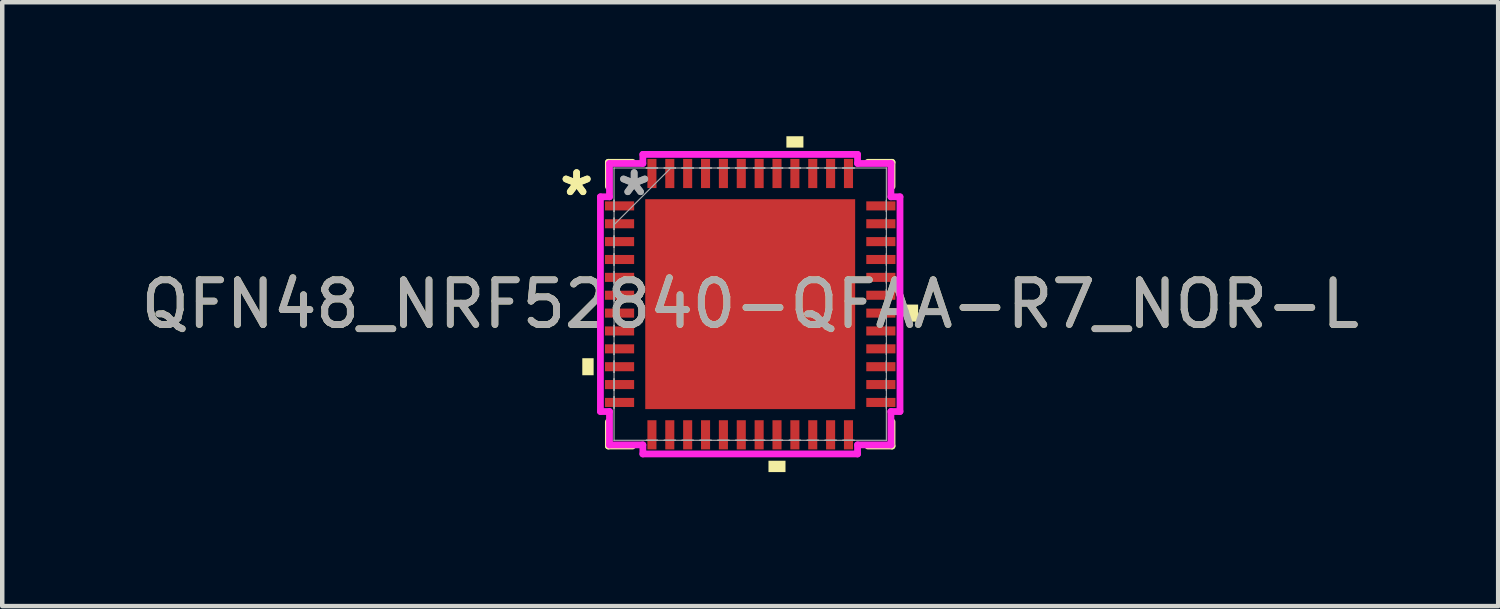
<source format=kicad_pcb>
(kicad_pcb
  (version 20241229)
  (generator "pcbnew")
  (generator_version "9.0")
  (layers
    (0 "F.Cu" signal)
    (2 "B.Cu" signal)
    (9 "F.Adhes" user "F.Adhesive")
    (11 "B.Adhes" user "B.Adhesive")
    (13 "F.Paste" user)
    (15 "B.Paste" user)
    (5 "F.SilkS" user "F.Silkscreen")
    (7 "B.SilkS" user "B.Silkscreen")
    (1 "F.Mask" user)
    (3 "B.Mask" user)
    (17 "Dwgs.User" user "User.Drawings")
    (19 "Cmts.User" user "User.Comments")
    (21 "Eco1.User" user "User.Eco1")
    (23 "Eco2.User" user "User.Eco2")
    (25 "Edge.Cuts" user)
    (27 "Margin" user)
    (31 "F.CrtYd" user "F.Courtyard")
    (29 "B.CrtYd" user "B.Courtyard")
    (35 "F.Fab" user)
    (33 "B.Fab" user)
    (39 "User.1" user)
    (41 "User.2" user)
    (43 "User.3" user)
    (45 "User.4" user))
  (footprint "QFN48_NRF52840-QFAA-R7_NOR-L"
    (layer "F.Cu")
    (at 13.744 3.759)
    (property "Reference" "QFN48_NRF52840-QFAA-R7_NOR-L" (at 0 0 0) (unlocked yes) (layer "F.SilkS") (effects (font (size 1 1) (thickness 0.15))))
    (attr smd)
    (fp_line (start -3.175 -3.175) (end -3.175 -2.634) (stroke (width 0.152) (type solid)) (layer "F.SilkS"))
    (fp_line (start -3.175 2.634) (end -3.175 3.175) (stroke (width 0.152) (type solid)) (layer "F.SilkS"))
    (fp_line (start -3.175 3.175) (end -2.634 3.175) (stroke (width 0.152) (type solid)) (layer "F.SilkS"))
    (fp_line (start -2.634 -3.175) (end -3.175 -3.175) (stroke (width 0.152) (type solid)) (layer "F.SilkS"))
    (fp_line (start 2.634 3.175) (end 3.175 3.175) (stroke (width 0.152) (type solid)) (layer "F.SilkS"))
    (fp_line (start 3.175 -3.175) (end 2.634 -3.175) (stroke (width 0.152) (type solid)) (layer "F.SilkS"))
    (fp_line (start 3.175 -2.634) (end 3.175 -3.175) (stroke (width 0.152) (type solid)) (layer "F.SilkS"))
    (fp_line (start 3.175 3.175) (end 3.175 2.634) (stroke (width 0.152) (type solid)) (layer "F.SilkS"))
    (fp_poly (pts (xy -3.759 1.21) (xy -3.759 1.591) (xy -3.505 1.591) (xy -3.505 1.21)) (stroke (width 0) (type solid)) (fill yes) (layer "F.SilkS"))
    (fp_poly (pts (xy 0.409 3.505) (xy 0.409 3.759) (xy 0.79 3.759) (xy 0.79 3.505)) (stroke (width 0) (type solid)) (fill yes) (layer "F.SilkS"))
    (fp_poly (pts (xy 0.81 -3.505) (xy 0.81 -3.759) (xy 1.191 -3.759) (xy 1.191 -3.505)) (stroke (width 0) (type solid)) (fill yes) (layer "F.SilkS"))
    (fp_poly (pts (xy 3.759 0.009) (xy 3.759 0.391) (xy 3.505 0.391) (xy 3.505 0.009)) (stroke (width 0) (type solid)) (fill yes) (layer "F.SilkS"))
    (fp_poly (pts (xy -2.249 -2.249) (xy -2.249 -0.883) (xy -0.883 -0.883) (xy -0.883 -2.249)) (stroke (width 0) (type solid)) (fill yes) (layer "F.Paste"))
    (fp_poly (pts (xy -2.249 -0.683) (xy -2.249 0.683) (xy -0.883 0.683) (xy -0.883 -0.683)) (stroke (width 0) (type solid)) (fill yes) (layer "F.Paste"))
    (fp_poly (pts (xy -2.249 0.883) (xy -2.249 2.249) (xy -0.883 2.249) (xy -0.883 0.883)) (stroke (width 0) (type solid)) (fill yes) (layer "F.Paste"))
    (fp_poly (pts (xy -0.683 -2.249) (xy -0.683 -0.883) (xy 0.683 -0.883) (xy 0.683 -2.249)) (stroke (width 0) (type solid)) (fill yes) (layer "F.Paste"))
    (fp_poly (pts (xy -0.683 -0.683) (xy -0.683 0.683) (xy 0.683 0.683) (xy 0.683 -0.683)) (stroke (width 0) (type solid)) (fill yes) (layer "F.Paste"))
    (fp_poly (pts (xy -0.683 0.883) (xy -0.683 2.249) (xy 0.683 2.249) (xy 0.683 0.883)) (stroke (width 0) (type solid)) (fill yes) (layer "F.Paste"))
    (fp_poly (pts (xy 0.883 -2.249) (xy 0.883 -0.883) (xy 2.249 -0.883) (xy 2.249 -2.249)) (stroke (width 0) (type solid)) (fill yes) (layer "F.Paste"))
    (fp_poly (pts (xy 0.883 -0.683) (xy 0.883 0.683) (xy 2.249 0.683) (xy 2.249 -0.683)) (stroke (width 0) (type solid)) (fill yes) (layer "F.Paste"))
    (fp_poly (pts (xy 0.883 0.883) (xy 0.883 2.249) (xy 2.249 2.249) (xy 2.249 0.883)) (stroke (width 0) (type solid)) (fill yes) (layer "F.Paste"))
    (fp_line (start -3.353 -2.403) (end -3.15 -2.403) (stroke (width 0.152) (type solid)) (layer "F.CrtYd"))
    (fp_line (start -3.353 2.403) (end -3.353 -2.403) (stroke (width 0.152) (type solid)) (layer "F.CrtYd"))
    (fp_line (start -3.15 -3.15) (end -2.403 -3.15) (stroke (width 0.152) (type solid)) (layer "F.CrtYd"))
    (fp_line (start -3.15 -2.403) (end -3.15 -3.15) (stroke (width 0.152) (type solid)) (layer "F.CrtYd"))
    (fp_line (start -3.15 2.403) (end -3.353 2.403) (stroke (width 0.152) (type solid)) (layer "F.CrtYd"))
    (fp_line (start -3.15 3.15) (end -3.15 2.403) (stroke (width 0.152) (type solid)) (layer "F.CrtYd"))
    (fp_line (start -2.403 -3.353) (end 2.403 -3.353) (stroke (width 0.152) (type solid)) (layer "F.CrtYd"))
    (fp_line (start -2.403 -3.15) (end -2.403 -3.353) (stroke (width 0.152) (type solid)) (layer "F.CrtYd"))
    (fp_line (start -2.403 3.15) (end -3.15 3.15) (stroke (width 0.152) (type solid)) (layer "F.CrtYd"))
    (fp_line (start -2.403 3.353) (end -2.403 3.15) (stroke (width 0.152) (type solid)) (layer "F.CrtYd"))
    (fp_line (start 2.403 -3.353) (end 2.403 -3.15) (stroke (width 0.152) (type solid)) (layer "F.CrtYd"))
    (fp_line (start 2.403 -3.15) (end 3.15 -3.15) (stroke (width 0.152) (type solid)) (layer "F.CrtYd"))
    (fp_line (start 2.403 3.15) (end 2.403 3.353) (stroke (width 0.152) (type solid)) (layer "F.CrtYd"))
    (fp_line (start 2.403 3.353) (end -2.403 3.353) (stroke (width 0.152) (type solid)) (layer "F.CrtYd"))
    (fp_line (start 3.15 -3.15) (end 3.15 -2.403) (stroke (width 0.152) (type solid)) (layer "F.CrtYd"))
    (fp_line (start 3.15 -2.403) (end 3.353 -2.403) (stroke (width 0.152) (type solid)) (layer "F.CrtYd"))
    (fp_line (start 3.15 2.403) (end 3.15 3.15) (stroke (width 0.152) (type solid)) (layer "F.CrtYd"))
    (fp_line (start 3.15 3.15) (end 2.403 3.15) (stroke (width 0.152) (type solid)) (layer "F.CrtYd"))
    (fp_line (start 3.353 -2.403) (end 3.353 2.403) (stroke (width 0.152) (type solid)) (layer "F.CrtYd"))
    (fp_line (start 3.353 2.403) (end 3.15 2.403) (stroke (width 0.152) (type solid)) (layer "F.CrtYd"))
    (fp_line (start -3.048 -3.048) (end -3.048 -3.048) (stroke (width 0.025) (type solid)) (layer "F.Fab"))
    (fp_line (start -3.048 -3.048) (end -3.048 3.048) (stroke (width 0.025) (type solid)) (layer "F.Fab"))
    (fp_line (start -3.048 -2.327) (end -3.048 -2.327) (stroke (width 0.025) (type solid)) (layer "F.Fab"))
    (fp_line (start -3.048 -2.327) (end -3.048 -2.073) (stroke (width 0.025) (type solid)) (layer "F.Fab"))
    (fp_line (start -3.048 -2.073) (end -3.048 -2.327) (stroke (width 0.025) (type solid)) (layer "F.Fab"))
    (fp_line (start -3.048 -2.073) (end -3.048 -2.073) (stroke (width 0.025) (type solid)) (layer "F.Fab"))
    (fp_line (start -3.048 -1.927) (end -3.048 -1.927) (stroke (width 0.025) (type solid)) (layer "F.Fab"))
    (fp_line (start -3.048 -1.927) (end -3.048 -1.673) (stroke (width 0.025) (type solid)) (layer "F.Fab"))
    (fp_line (start -3.048 -1.778) (end -1.778 -3.048) (stroke (width 0.025) (type solid)) (layer "F.Fab"))
    (fp_line (start -3.048 -1.673) (end -3.048 -1.927) (stroke (width 0.025) (type solid)) (layer "F.Fab"))
    (fp_line (start -3.048 -1.673) (end -3.048 -1.673) (stroke (width 0.025) (type solid)) (layer "F.Fab"))
    (fp_line (start -3.048 -1.527) (end -3.048 -1.527) (stroke (width 0.025) (type solid)) (layer "F.Fab"))
    (fp_line (start -3.048 -1.527) (end -3.048 -1.273) (stroke (width 0.025) (type solid)) (layer "F.Fab"))
    (fp_line (start -3.048 -1.273) (end -3.048 -1.527) (stroke (width 0.025) (type solid)) (layer "F.Fab"))
    (fp_line (start -3.048 -1.273) (end -3.048 -1.273) (stroke (width 0.025) (type solid)) (layer "F.Fab"))
    (fp_line (start -3.048 -1.127) (end -3.048 -1.127) (stroke (width 0.025) (type solid)) (layer "F.Fab"))
    (fp_line (start -3.048 -1.127) (end -3.048 -0.873) (stroke (width 0.025) (type solid)) (layer "F.Fab"))
    (fp_line (start -3.048 -0.873) (end -3.048 -1.127) (stroke (width 0.025) (type solid)) (layer "F.Fab"))
    (fp_line (start -3.048 -0.873) (end -3.048 -0.873) (stroke (width 0.025) (type solid)) (layer "F.Fab"))
    (fp_line (start -3.048 -0.727) (end -3.048 -0.727) (stroke (width 0.025) (type solid)) (layer "F.Fab"))
    (fp_line (start -3.048 -0.727) (end -3.048 -0.473) (stroke (width 0.025) (type solid)) (layer "F.Fab"))
    (fp_line (start -3.048 -0.473) (end -3.048 -0.727) (stroke (width 0.025) (type solid)) (layer "F.Fab"))
    (fp_line (start -3.048 -0.473) (end -3.048 -0.473) (stroke (width 0.025) (type solid)) (layer "F.Fab"))
    (fp_line (start -3.048 -0.327) (end -3.048 -0.327) (stroke (width 0.025) (type solid)) (layer "F.Fab"))
    (fp_line (start -3.048 -0.327) (end -3.048 -0.073) (stroke (width 0.025) (type solid)) (layer "F.Fab"))
    (fp_line (start -3.048 -0.073) (end -3.048 -0.327) (stroke (width 0.025) (type solid)) (layer "F.Fab"))
    (fp_line (start -3.048 -0.073) (end -3.048 -0.073) (stroke (width 0.025) (type solid)) (layer "F.Fab"))
    (fp_line (start -3.048 0.073) (end -3.048 0.073) (stroke (width 0.025) (type solid)) (layer "F.Fab"))
    (fp_line (start -3.048 0.073) (end -3.048 0.327) (stroke (width 0.025) (type solid)) (layer "F.Fab"))
    (fp_line (start -3.048 0.327) (end -3.048 0.073) (stroke (width 0.025) (type solid)) (layer "F.Fab"))
    (fp_line (start -3.048 0.327) (end -3.048 0.327) (stroke (width 0.025) (type solid)) (layer "F.Fab"))
    (fp_line (start -3.048 0.473) (end -3.048 0.473) (stroke (width 0.025) (type solid)) (layer "F.Fab"))
    (fp_line (start -3.048 0.473) (end -3.048 0.727) (stroke (width 0.025) (type solid)) (layer "F.Fab"))
    (fp_line (start -3.048 0.727) (end -3.048 0.473) (stroke (width 0.025) (type solid)) (layer "F.Fab"))
    (fp_line (start -3.048 0.727) (end -3.048 0.727) (stroke (width 0.025) (type solid)) (layer "F.Fab"))
    (fp_line (start -3.048 0.873) (end -3.048 0.873) (stroke (width 0.025) (type solid)) (layer "F.Fab"))
    (fp_line (start -3.048 0.873) (end -3.048 1.127) (stroke (width 0.025) (type solid)) (layer "F.Fab"))
    (fp_line (start -3.048 1.127) (end -3.048 0.873) (stroke (width 0.025) (type solid)) (layer "F.Fab"))
    (fp_line (start -3.048 1.127) (end -3.048 1.127) (stroke (width 0.025) (type solid)) (layer "F.Fab"))
    (fp_line (start -3.048 1.273) (end -3.048 1.273) (stroke (width 0.025) (type solid)) (layer "F.Fab"))
    (fp_line (start -3.048 1.273) (end -3.048 1.527) (stroke (width 0.025) (type solid)) (layer "F.Fab"))
    (fp_line (start -3.048 1.527) (end -3.048 1.273) (stroke (width 0.025) (type solid)) (layer "F.Fab"))
    (fp_line (start -3.048 1.527) (end -3.048 1.527) (stroke (width 0.025) (type solid)) (layer "F.Fab"))
    (fp_line (start -3.048 1.673) (end -3.048 1.673) (stroke (width 0.025) (type solid)) (layer "F.Fab"))
    (fp_line (start -3.048 1.673) (end -3.048 1.927) (stroke (width 0.025) (type solid)) (layer "F.Fab"))
    (fp_line (start -3.048 1.927) (end -3.048 1.673) (stroke (width 0.025) (type solid)) (layer "F.Fab"))
    (fp_line (start -3.048 1.927) (end -3.048 1.927) (stroke (width 0.025) (type solid)) (layer "F.Fab"))
    (fp_line (start -3.048 2.073) (end -3.048 2.073) (stroke (width 0.025) (type solid)) (layer "F.Fab"))
    (fp_line (start -3.048 2.073) (end -3.048 2.327) (stroke (width 0.025) (type solid)) (layer "F.Fab"))
    (fp_line (start -3.048 2.327) (end -3.048 2.073) (stroke (width 0.025) (type solid)) (layer "F.Fab"))
    (fp_line (start -3.048 2.327) (end -3.048 2.327) (stroke (width 0.025) (type solid)) (layer "F.Fab"))
    (fp_line (start -3.048 3.048) (end -3.048 3.048) (stroke (width 0.025) (type solid)) (layer "F.Fab"))
    (fp_line (start -3.048 3.048) (end 3.048 3.048) (stroke (width 0.025) (type solid)) (layer "F.Fab"))
    (fp_line (start -2.327 -3.048) (end -2.327 -3.048) (stroke (width 0.025) (type solid)) (layer "F.Fab"))
    (fp_line (start -2.327 -3.048) (end -2.073 -3.048) (stroke (width 0.025) (type solid)) (layer "F.Fab"))
    (fp_line (start -2.327 3.048) (end -2.327 3.048) (stroke (width 0.025) (type solid)) (layer "F.Fab"))
    (fp_line (start -2.327 3.048) (end -2.073 3.048) (stroke (width 0.025) (type solid)) (layer "F.Fab"))
    (fp_line (start -2.073 -3.048) (end -2.327 -3.048) (stroke (width 0.025) (type solid)) (layer "F.Fab"))
    (fp_line (start -2.073 -3.048) (end -2.073 -3.048) (stroke (width 0.025) (type solid)) (layer "F.Fab"))
    (fp_line (start -2.073 3.048) (end -2.327 3.048) (stroke (width 0.025) (type solid)) (layer "F.Fab"))
    (fp_line (start -2.073 3.048) (end -2.073 3.048) (stroke (width 0.025) (type solid)) (layer "F.Fab"))
    (fp_line (start -1.927 -3.048) (end -1.927 -3.048) (stroke (width 0.025) (type solid)) (layer "F.Fab"))
    (fp_line (start -1.927 -3.048) (end -1.673 -3.048) (stroke (width 0.025) (type solid)) (layer "F.Fab"))
    (fp_line (start -1.927 3.048) (end -1.927 3.048) (stroke (width 0.025) (type solid)) (layer "F.Fab"))
    (fp_line (start -1.927 3.048) (end -1.673 3.048) (stroke (width 0.025) (type solid)) (layer "F.Fab"))
    (fp_line (start -1.673 -3.048) (end -1.927 -3.048) (stroke (width 0.025) (type solid)) (layer "F.Fab"))
    (fp_line (start -1.673 -3.048) (end -1.673 -3.048) (stroke (width 0.025) (type solid)) (layer "F.Fab"))
    (fp_line (start -1.673 3.048) (end -1.927 3.048) (stroke (width 0.025) (type solid)) (layer "F.Fab"))
    (fp_line (start -1.673 3.048) (end -1.673 3.048) (stroke (width 0.025) (type solid)) (layer "F.Fab"))
    (fp_line (start -1.527 -3.048) (end -1.527 -3.048) (stroke (width 0.025) (type solid)) (layer "F.Fab"))
    (fp_line (start -1.527 -3.048) (end -1.273 -3.048) (stroke (width 0.025) (type solid)) (layer "F.Fab"))
    (fp_line (start -1.527 3.048) (end -1.527 3.048) (stroke (width 0.025) (type solid)) (layer "F.Fab"))
    (fp_line (start -1.527 3.048) (end -1.273 3.048) (stroke (width 0.025) (type solid)) (layer "F.Fab"))
    (fp_line (start -1.273 -3.048) (end -1.527 -3.048) (stroke (width 0.025) (type solid)) (layer "F.Fab"))
    (fp_line (start -1.273 -3.048) (end -1.273 -3.048) (stroke (width 0.025) (type solid)) (layer "F.Fab"))
    (fp_line (start -1.273 3.048) (end -1.527 3.048) (stroke (width 0.025) (type solid)) (layer "F.Fab"))
    (fp_line (start -1.273 3.048) (end -1.273 3.048) (stroke (width 0.025) (type solid)) (layer "F.Fab"))
    (fp_line (start -1.127 -3.048) (end -1.127 -3.048) (stroke (width 0.025) (type solid)) (layer "F.Fab"))
    (fp_line (start -1.127 -3.048) (end -0.873 -3.048) (stroke (width 0.025) (type solid)) (layer "F.Fab"))
    (fp_line (start -1.127 3.048) (end -1.127 3.048) (stroke (width 0.025) (type solid)) (layer "F.Fab"))
    (fp_line (start -1.127 3.048) (end -0.873 3.048) (stroke (width 0.025) (type solid)) (layer "F.Fab"))
    (fp_line (start -0.873 -3.048) (end -1.127 -3.048) (stroke (width 0.025) (type solid)) (layer "F.Fab"))
    (fp_line (start -0.873 -3.048) (end -0.873 -3.048) (stroke (width 0.025) (type solid)) (layer "F.Fab"))
    (fp_line (start -0.873 3.048) (end -1.127 3.048) (stroke (width 0.025) (type solid)) (layer "F.Fab"))
    (fp_line (start -0.873 3.048) (end -0.873 3.048) (stroke (width 0.025) (type solid)) (layer "F.Fab"))
    (fp_line (start -0.727 -3.048) (end -0.727 -3.048) (stroke (width 0.025) (type solid)) (layer "F.Fab"))
    (fp_line (start -0.727 -3.048) (end -0.473 -3.048) (stroke (width 0.025) (type solid)) (layer "F.Fab"))
    (fp_line (start -0.727 3.048) (end -0.727 3.048) (stroke (width 0.025) (type solid)) (layer "F.Fab"))
    (fp_line (start -0.727 3.048) (end -0.473 3.048) (stroke (width 0.025) (type solid)) (layer "F.Fab"))
    (fp_line (start -0.473 -3.048) (end -0.727 -3.048) (stroke (width 0.025) (type solid)) (layer "F.Fab"))
    (fp_line (start -0.473 -3.048) (end -0.473 -3.048) (stroke (width 0.025) (type solid)) (layer "F.Fab"))
    (fp_line (start -0.473 3.048) (end -0.727 3.048) (stroke (width 0.025) (type solid)) (layer "F.Fab"))
    (fp_line (start -0.473 3.048) (end -0.473 3.048) (stroke (width 0.025) (type solid)) (layer "F.Fab"))
    (fp_line (start -0.327 -3.048) (end -0.327 -3.048) (stroke (width 0.025) (type solid)) (layer "F.Fab"))
    (fp_line (start -0.327 -3.048) (end -0.073 -3.048) (stroke (width 0.025) (type solid)) (layer "F.Fab"))
    (fp_line (start -0.327 3.048) (end -0.327 3.048) (stroke (width 0.025) (type solid)) (layer "F.Fab"))
    (fp_line (start -0.327 3.048) (end -0.073 3.048) (stroke (width 0.025) (type solid)) (layer "F.Fab"))
    (fp_line (start -0.073 -3.048) (end -0.327 -3.048) (stroke (width 0.025) (type solid)) (layer "F.Fab"))
    (fp_line (start -0.073 -3.048) (end -0.073 -3.048) (stroke (width 0.025) (type solid)) (layer "F.Fab"))
    (fp_line (start -0.073 3.048) (end -0.327 3.048) (stroke (width 0.025) (type solid)) (layer "F.Fab"))
    (fp_line (start -0.073 3.048) (end -0.073 3.048) (stroke (width 0.025) (type solid)) (layer "F.Fab"))
    (fp_line (start 0.073 -3.048) (end 0.073 -3.048) (stroke (width 0.025) (type solid)) (layer "F.Fab"))
    (fp_line (start 0.073 -3.048) (end 0.327 -3.048) (stroke (width 0.025) (type solid)) (layer "F.Fab"))
    (fp_line (start 0.073 3.048) (end 0.073 3.048) (stroke (width 0.025) (type solid)) (layer "F.Fab"))
    (fp_line (start 0.073 3.048) (end 0.327 3.048) (stroke (width 0.025) (type solid)) (layer "F.Fab"))
    (fp_line (start 0.327 -3.048) (end 0.073 -3.048) (stroke (width 0.025) (type solid)) (layer "F.Fab"))
    (fp_line (start 0.327 -3.048) (end 0.327 -3.048) (stroke (width 0.025) (type solid)) (layer "F.Fab"))
    (fp_line (start 0.327 3.048) (end 0.073 3.048) (stroke (width 0.025) (type solid)) (layer "F.Fab"))
    (fp_line (start 0.327 3.048) (end 0.327 3.048) (stroke (width 0.025) (type solid)) (layer "F.Fab"))
    (fp_line (start 0.473 -3.048) (end 0.473 -3.048) (stroke (width 0.025) (type solid)) (layer "F.Fab"))
    (fp_line (start 0.473 -3.048) (end 0.727 -3.048) (stroke (width 0.025) (type solid)) (layer "F.Fab"))
    (fp_line (start 0.473 3.048) (end 0.473 3.048) (stroke (width 0.025) (type solid)) (layer "F.Fab"))
    (fp_line (start 0.473 3.048) (end 0.727 3.048) (stroke (width 0.025) (type solid)) (layer "F.Fab"))
    (fp_line (start 0.727 -3.048) (end 0.473 -3.048) (stroke (width 0.025) (type solid)) (layer "F.Fab"))
    (fp_line (start 0.727 -3.048) (end 0.727 -3.048) (stroke (width 0.025) (type solid)) (layer "F.Fab"))
    (fp_line (start 0.727 3.048) (end 0.473 3.048) (stroke (width 0.025) (type solid)) (layer "F.Fab"))
    (fp_line (start 0.727 3.048) (end 0.727 3.048) (stroke (width 0.025) (type solid)) (layer "F.Fab"))
    (fp_line (start 0.873 -3.048) (end 0.873 -3.048) (stroke (width 0.025) (type solid)) (layer "F.Fab"))
    (fp_line (start 0.873 -3.048) (end 1.127 -3.048) (stroke (width 0.025) (type solid)) (layer "F.Fab"))
    (fp_line (start 0.873 3.048) (end 0.873 3.048) (stroke (width 0.025) (type solid)) (layer "F.Fab"))
    (fp_line (start 0.873 3.048) (end 1.127 3.048) (stroke (width 0.025) (type solid)) (layer "F.Fab"))
    (fp_line (start 1.127 -3.048) (end 0.873 -3.048) (stroke (width 0.025) (type solid)) (layer "F.Fab"))
    (fp_line (start 1.127 -3.048) (end 1.127 -3.048) (stroke (width 0.025) (type solid)) (layer "F.Fab"))
    (fp_line (start 1.127 3.048) (end 0.873 3.048) (stroke (width 0.025) (type solid)) (layer "F.Fab"))
    (fp_line (start 1.127 3.048) (end 1.127 3.048) (stroke (width 0.025) (type solid)) (layer "F.Fab"))
    (fp_line (start 1.273 -3.048) (end 1.273 -3.048) (stroke (width 0.025) (type solid)) (layer "F.Fab"))
    (fp_line (start 1.273 -3.048) (end 1.527 -3.048) (stroke (width 0.025) (type solid)) (layer "F.Fab"))
    (fp_line (start 1.273 3.048) (end 1.273 3.048) (stroke (width 0.025) (type solid)) (layer "F.Fab"))
    (fp_line (start 1.273 3.048) (end 1.527 3.048) (stroke (width 0.025) (type solid)) (layer "F.Fab"))
    (fp_line (start 1.527 -3.048) (end 1.273 -3.048) (stroke (width 0.025) (type solid)) (layer "F.Fab"))
    (fp_line (start 1.527 -3.048) (end 1.527 -3.048) (stroke (width 0.025) (type solid)) (layer "F.Fab"))
    (fp_line (start 1.527 3.048) (end 1.273 3.048) (stroke (width 0.025) (type solid)) (layer "F.Fab"))
    (fp_line (start 1.527 3.048) (end 1.527 3.048) (stroke (width 0.025) (type solid)) (layer "F.Fab"))
    (fp_line (start 1.673 -3.048) (end 1.673 -3.048) (stroke (width 0.025) (type solid)) (layer "F.Fab"))
    (fp_line (start 1.673 -3.048) (end 1.927 -3.048) (stroke (width 0.025) (type solid)) (layer "F.Fab"))
    (fp_line (start 1.673 3.048) (end 1.673 3.048) (stroke (width 0.025) (type solid)) (layer "F.Fab"))
    (fp_line (start 1.673 3.048) (end 1.927 3.048) (stroke (width 0.025) (type solid)) (layer "F.Fab"))
    (fp_line (start 1.927 -3.048) (end 1.673 -3.048) (stroke (width 0.025) (type solid)) (layer "F.Fab"))
    (fp_line (start 1.927 -3.048) (end 1.927 -3.048) (stroke (width 0.025) (type solid)) (layer "F.Fab"))
    (fp_line (start 1.927 3.048) (end 1.673 3.048) (stroke (width 0.025) (type solid)) (layer "F.Fab"))
    (fp_line (start 1.927 3.048) (end 1.927 3.048) (stroke (width 0.025) (type solid)) (layer "F.Fab"))
    (fp_line (start 2.073 -3.048) (end 2.073 -3.048) (stroke (width 0.025) (type solid)) (layer "F.Fab"))
    (fp_line (start 2.073 -3.048) (end 2.327 -3.048) (stroke (width 0.025) (type solid)) (layer "F.Fab"))
    (fp_line (start 2.073 3.048) (end 2.073 3.048) (stroke (width 0.025) (type solid)) (layer "F.Fab"))
    (fp_line (start 2.073 3.048) (end 2.327 3.048) (stroke (width 0.025) (type solid)) (layer "F.Fab"))
    (fp_line (start 2.327 -3.048) (end 2.073 -3.048) (stroke (width 0.025) (type solid)) (layer "F.Fab"))
    (fp_line (start 2.327 -3.048) (end 2.327 -3.048) (stroke (width 0.025) (type solid)) (layer "F.Fab"))
    (fp_line (start 2.327 3.048) (end 2.073 3.048) (stroke (width 0.025) (type solid)) (layer "F.Fab"))
    (fp_line (start 2.327 3.048) (end 2.327 3.048) (stroke (width 0.025) (type solid)) (layer "F.Fab"))
    (fp_line (start 3.048 -3.048) (end -3.048 -3.048) (stroke (width 0.025) (type solid)) (layer "F.Fab"))
    (fp_line (start 3.048 -3.048) (end 3.048 -3.048) (stroke (width 0.025) (type solid)) (layer "F.Fab"))
    (fp_line (start 3.048 -2.327) (end 3.048 -2.327) (stroke (width 0.025) (type solid)) (layer "F.Fab"))
    (fp_line (start 3.048 -2.327) (end 3.048 -2.073) (stroke (width 0.025) (type solid)) (layer "F.Fab"))
    (fp_line (start 3.048 -2.073) (end 3.048 -2.327) (stroke (width 0.025) (type solid)) (layer "F.Fab"))
    (fp_line (start 3.048 -2.073) (end 3.048 -2.073) (stroke (width 0.025) (type solid)) (layer "F.Fab"))
    (fp_line (start 3.048 -1.927) (end 3.048 -1.927) (stroke (width 0.025) (type solid)) (layer "F.Fab"))
    (fp_line (start 3.048 -1.927) (end 3.048 -1.673) (stroke (width 0.025) (type solid)) (layer "F.Fab"))
    (fp_line (start 3.048 -1.673) (end 3.048 -1.927) (stroke (width 0.025) (type solid)) (layer "F.Fab"))
    (fp_line (start 3.048 -1.673) (end 3.048 -1.673) (stroke (width 0.025) (type solid)) (layer "F.Fab"))
    (fp_line (start 3.048 -1.527) (end 3.048 -1.527) (stroke (width 0.025) (type solid)) (layer "F.Fab"))
    (fp_line (start 3.048 -1.527) (end 3.048 -1.273) (stroke (width 0.025) (type solid)) (layer "F.Fab"))
    (fp_line (start 3.048 -1.273) (end 3.048 -1.527) (stroke (width 0.025) (type solid)) (layer "F.Fab"))
    (fp_line (start 3.048 -1.273) (end 3.048 -1.273) (stroke (width 0.025) (type solid)) (layer "F.Fab"))
    (fp_line (start 3.048 -1.127) (end 3.048 -1.127) (stroke (width 0.025) (type solid)) (layer "F.Fab"))
    (fp_line (start 3.048 -1.127) (end 3.048 -0.873) (stroke (width 0.025) (type solid)) (layer "F.Fab"))
    (fp_line (start 3.048 -0.873) (end 3.048 -1.127) (stroke (width 0.025) (type solid)) (layer "F.Fab"))
    (fp_line (start 3.048 -0.873) (end 3.048 -0.873) (stroke (width 0.025) (type solid)) (layer "F.Fab"))
    (fp_line (start 3.048 -0.727) (end 3.048 -0.727) (stroke (width 0.025) (type solid)) (layer "F.Fab"))
    (fp_line (start 3.048 -0.727) (end 3.048 -0.473) (stroke (width 0.025) (type solid)) (layer "F.Fab"))
    (fp_line (start 3.048 -0.473) (end 3.048 -0.727) (stroke (width 0.025) (type solid)) (layer "F.Fab"))
    (fp_line (start 3.048 -0.473) (end 3.048 -0.473) (stroke (width 0.025) (type solid)) (layer "F.Fab"))
    (fp_line (start 3.048 -0.327) (end 3.048 -0.327) (stroke (width 0.025) (type solid)) (layer "F.Fab"))
    (fp_line (start 3.048 -0.327) (end 3.048 -0.073) (stroke (width 0.025) (type solid)) (layer "F.Fab"))
    (fp_line (start 3.048 -0.073) (end 3.048 -0.327) (stroke (width 0.025) (type solid)) (layer "F.Fab"))
    (fp_line (start 3.048 -0.073) (end 3.048 -0.073) (stroke (width 0.025) (type solid)) (layer "F.Fab"))
    (fp_line (start 3.048 0.073) (end 3.048 0.073) (stroke (width 0.025) (type solid)) (layer "F.Fab"))
    (fp_line (start 3.048 0.073) (end 3.048 0.327) (stroke (width 0.025) (type solid)) (layer "F.Fab"))
    (fp_line (start 3.048 0.327) (end 3.048 0.073) (stroke (width 0.025) (type solid)) (layer "F.Fab"))
    (fp_line (start 3.048 0.327) (end 3.048 0.327) (stroke (width 0.025) (type solid)) (layer "F.Fab"))
    (fp_line (start 3.048 0.473) (end 3.048 0.473) (stroke (width 0.025) (type solid)) (layer "F.Fab"))
    (fp_line (start 3.048 0.473) (end 3.048 0.727) (stroke (width 0.025) (type solid)) (layer "F.Fab"))
    (fp_line (start 3.048 0.727) (end 3.048 0.473) (stroke (width 0.025) (type solid)) (layer "F.Fab"))
    (fp_line (start 3.048 0.727) (end 3.048 0.727) (stroke (width 0.025) (type solid)) (layer "F.Fab"))
    (fp_line (start 3.048 0.873) (end 3.048 0.873) (stroke (width 0.025) (type solid)) (layer "F.Fab"))
    (fp_line (start 3.048 0.873) (end 3.048 1.127) (stroke (width 0.025) (type solid)) (layer "F.Fab"))
    (fp_line (start 3.048 1.127) (end 3.048 0.873) (stroke (width 0.025) (type solid)) (layer "F.Fab"))
    (fp_line (start 3.048 1.127) (end 3.048 1.127) (stroke (width 0.025) (type solid)) (layer "F.Fab"))
    (fp_line (start 3.048 1.273) (end 3.048 1.273) (stroke (width 0.025) (type solid)) (layer "F.Fab"))
    (fp_line (start 3.048 1.273) (end 3.048 1.527) (stroke (width 0.025) (type solid)) (layer "F.Fab"))
    (fp_line (start 3.048 1.527) (end 3.048 1.273) (stroke (width 0.025) (type solid)) (layer "F.Fab"))
    (fp_line (start 3.048 1.527) (end 3.048 1.527) (stroke (width 0.025) (type solid)) (layer "F.Fab"))
    (fp_line (start 3.048 1.673) (end 3.048 1.673) (stroke (width 0.025) (type solid)) (layer "F.Fab"))
    (fp_line (start 3.048 1.673) (end 3.048 1.927) (stroke (width 0.025) (type solid)) (layer "F.Fab"))
    (fp_line (start 3.048 1.927) (end 3.048 1.673) (stroke (width 0.025) (type solid)) (layer "F.Fab"))
    (fp_line (start 3.048 1.927) (end 3.048 1.927) (stroke (width 0.025) (type solid)) (layer "F.Fab"))
    (fp_line (start 3.048 2.073) (end 3.048 2.073) (stroke (width 0.025) (type solid)) (layer "F.Fab"))
    (fp_line (start 3.048 2.073) (end 3.048 2.327) (stroke (width 0.025) (type solid)) (layer "F.Fab"))
    (fp_line (start 3.048 2.327) (end 3.048 2.073) (stroke (width 0.025) (type solid)) (layer "F.Fab"))
    (fp_line (start 3.048 2.327) (end 3.048 2.327) (stroke (width 0.025) (type solid)) (layer "F.Fab"))
    (fp_line (start 3.048 3.048) (end 3.048 -3.048) (stroke (width 0.025) (type solid)) (layer "F.Fab"))
    (fp_line (start 3.048 3.048) (end 3.048 3.048) (stroke (width 0.025) (type solid)) (layer "F.Fab"))
    (fp_text user "*" (at -3.886 -2.4 0) (layer "F.SilkS") (effects (font (size 1 1) (thickness 0.15))))
    (fp_text user "*" (at -3.886 -2.4 0) (unlocked yes) (layer "F.SilkS") (effects (font (size 1 1) (thickness 0.15))))
    (fp_text user "${REFERENCE}" (at 0 0 0) (unlocked yes) (layer "F.Fab") (effects (font (size 1 1) (thickness 0.15))))
    (fp_text user "*" (at -2.598 -2.4 0) (unlocked yes) (layer "F.Fab") (effects (font (size 1 1) (thickness 0.15))))
    (fp_text user "*" (at -2.598 -2.4 0) (layer "F.Fab") (effects (font (size 1 1) (thickness 0.15))))
    (pad "1" smd rect (at -2.925 -2.2 90) (size 0.203 0.653) (layers "F.Cu" "F.Mask" "F.Paste"))
    (pad "2" smd rect (at -2.925 -1.8 90) (size 0.203 0.653) (layers "F.Cu" "F.Mask" "F.Paste"))
    (pad "3" smd rect (at -2.925 -1.4 90) (size 0.203 0.653) (layers "F.Cu" "F.Mask" "F.Paste"))
    (pad "4" smd rect (at -2.925 -1 90) (size 0.203 0.653) (layers "F.Cu" "F.Mask" "F.Paste"))
    (pad "5" smd rect (at -2.925 -0.6 90) (size 0.203 0.653) (layers "F.Cu" "F.Mask" "F.Paste"))
    (pad "6" smd rect (at -2.925 -0.2 90) (size 0.203 0.653) (layers "F.Cu" "F.Mask" "F.Paste"))
    (pad "7" smd rect (at -2.925 0.2 90) (size 0.203 0.653) (layers "F.Cu" "F.Mask" "F.Paste"))
    (pad "8" smd rect (at -2.925 0.6 90) (size 0.203 0.653) (layers "F.Cu" "F.Mask" "F.Paste"))
    (pad "9" smd rect (at -2.925 1 90) (size 0.203 0.653) (layers "F.Cu" "F.Mask" "F.Paste"))
    (pad "10" smd rect (at -2.925 1.4 90) (size 0.203 0.653) (layers "F.Cu" "F.Mask" "F.Paste"))
    (pad "11" smd rect (at -2.925 1.8 90) (size 0.203 0.653) (layers "F.Cu" "F.Mask" "F.Paste"))
    (pad "12" smd rect (at -2.925 2.2 90) (size 0.203 0.653) (layers "F.Cu" "F.Mask" "F.Paste"))
    (pad "13" smd rect (at -2.2 2.925) (size 0.203 0.653) (layers "F.Cu" "F.Mask" "F.Paste"))
    (pad "14" smd rect (at -1.8 2.925) (size 0.203 0.653) (layers "F.Cu" "F.Mask" "F.Paste"))
    (pad "15" smd rect (at -1.4 2.925) (size 0.203 0.653) (layers "F.Cu" "F.Mask" "F.Paste"))
    (pad "16" smd rect (at -1 2.925) (size 0.203 0.653) (layers "F.Cu" "F.Mask" "F.Paste"))
    (pad "17" smd rect (at -0.6 2.925) (size 0.203 0.653) (layers "F.Cu" "F.Mask" "F.Paste"))
    (pad "18" smd rect (at -0.2 2.925) (size 0.203 0.653) (layers "F.Cu" "F.Mask" "F.Paste"))
    (pad "19" smd rect (at 0.2 2.925) (size 0.203 0.653) (layers "F.Cu" "F.Mask" "F.Paste"))
    (pad "20" smd rect (at 0.6 2.925) (size 0.203 0.653) (layers "F.Cu" "F.Mask" "F.Paste"))
    (pad "21" smd rect (at 1 2.925) (size 0.203 0.653) (layers "F.Cu" "F.Mask" "F.Paste"))
    (pad "22" smd rect (at 1.4 2.925) (size 0.203 0.653) (layers "F.Cu" "F.Mask" "F.Paste"))
    (pad "23" smd rect (at 1.8 2.925) (size 0.203 0.653) (layers "F.Cu" "F.Mask" "F.Paste"))
    (pad "24" smd rect (at 2.2 2.925) (size 0.203 0.653) (layers "F.Cu" "F.Mask" "F.Paste"))
    (pad "25" smd rect (at 2.925 2.2 90) (size 0.203 0.653) (layers "F.Cu" "F.Mask" "F.Paste"))
    (pad "26" smd rect (at 2.925 1.8 90) (size 0.203 0.653) (layers "F.Cu" "F.Mask" "F.Paste"))
    (pad "27" smd rect (at 2.925 1.4 90) (size 0.203 0.653) (layers "F.Cu" "F.Mask" "F.Paste"))
    (pad "28" smd rect (at 2.925 1 90) (size 0.203 0.653) (layers "F.Cu" "F.Mask" "F.Paste"))
    (pad "29" smd rect (at 2.925 0.6 90) (size 0.203 0.653) (layers "F.Cu" "F.Mask" "F.Paste"))
    (pad "30" smd rect (at 2.925 0.2 90) (size 0.203 0.653) (layers "F.Cu" "F.Mask" "F.Paste"))
    (pad "31" smd rect (at 2.925 -0.2 90) (size 0.203 0.653) (layers "F.Cu" "F.Mask" "F.Paste"))
    (pad "32" smd rect (at 2.925 -0.6 90) (size 0.203 0.653) (layers "F.Cu" "F.Mask" "F.Paste"))
    (pad "33" smd rect (at 2.925 -1 90) (size 0.203 0.653) (layers "F.Cu" "F.Mask" "F.Paste"))
    (pad "34" smd rect (at 2.925 -1.4 90) (size 0.203 0.653) (layers "F.Cu" "F.Mask" "F.Paste"))
    (pad "35" smd rect (at 2.925 -1.8 90) (size 0.203 0.653) (layers "F.Cu" "F.Mask" "F.Paste"))
    (pad "36" smd rect (at 2.925 -2.2 90) (size 0.203 0.653) (layers "F.Cu" "F.Mask" "F.Paste"))
    (pad "37" smd rect (at 2.2 -2.925) (size 0.203 0.653) (layers "F.Cu" "F.Mask" "F.Paste"))
    (pad "38" smd rect (at 1.8 -2.925) (size 0.203 0.653) (layers "F.Cu" "F.Mask" "F.Paste"))
    (pad "39" smd rect (at 1.4 -2.925) (size 0.203 0.653) (layers "F.Cu" "F.Mask" "F.Paste"))
    (pad "40" smd rect (at 1 -2.925) (size 0.203 0.653) (layers "F.Cu" "F.Mask" "F.Paste"))
    (pad "41" smd rect (at 0.6 -2.925) (size 0.203 0.653) (layers "F.Cu" "F.Mask" "F.Paste"))
    (pad "42" smd rect (at 0.2 -2.925) (size 0.203 0.653) (layers "F.Cu" "F.Mask" "F.Paste"))
    (pad "43" smd rect (at -0.2 -2.925) (size 0.203 0.653) (layers "F.Cu" "F.Mask" "F.Paste"))
    (pad "44" smd rect (at -0.6 -2.925) (size 0.203 0.653) (layers "F.Cu" "F.Mask" "F.Paste"))
    (pad "45" smd rect (at -1 -2.925) (size 0.203 0.653) (layers "F.Cu" "F.Mask" "F.Paste"))
    (pad "46" smd rect (at -1.4 -2.925) (size 0.203 0.653) (layers "F.Cu" "F.Mask" "F.Paste"))
    (pad "47" smd rect (at -1.8 -2.925) (size 0.203 0.653) (layers "F.Cu" "F.Mask" "F.Paste"))
    (pad "48" smd rect (at -2.2 -2.925) (size 0.203 0.653) (layers "F.Cu" "F.Mask" "F.Paste"))
    (pad "49" smd rect (at 0 0) (size 4.699 4.699) (layers "F.Cu" "F.Mask" "F.Paste")))
  (gr_rect
    (start -3 -3)
    (end 30.488 10.518)
    (stroke (width 0.1) (type default))
    (fill no)
    (layer "Edge.Cuts")))
</source>
